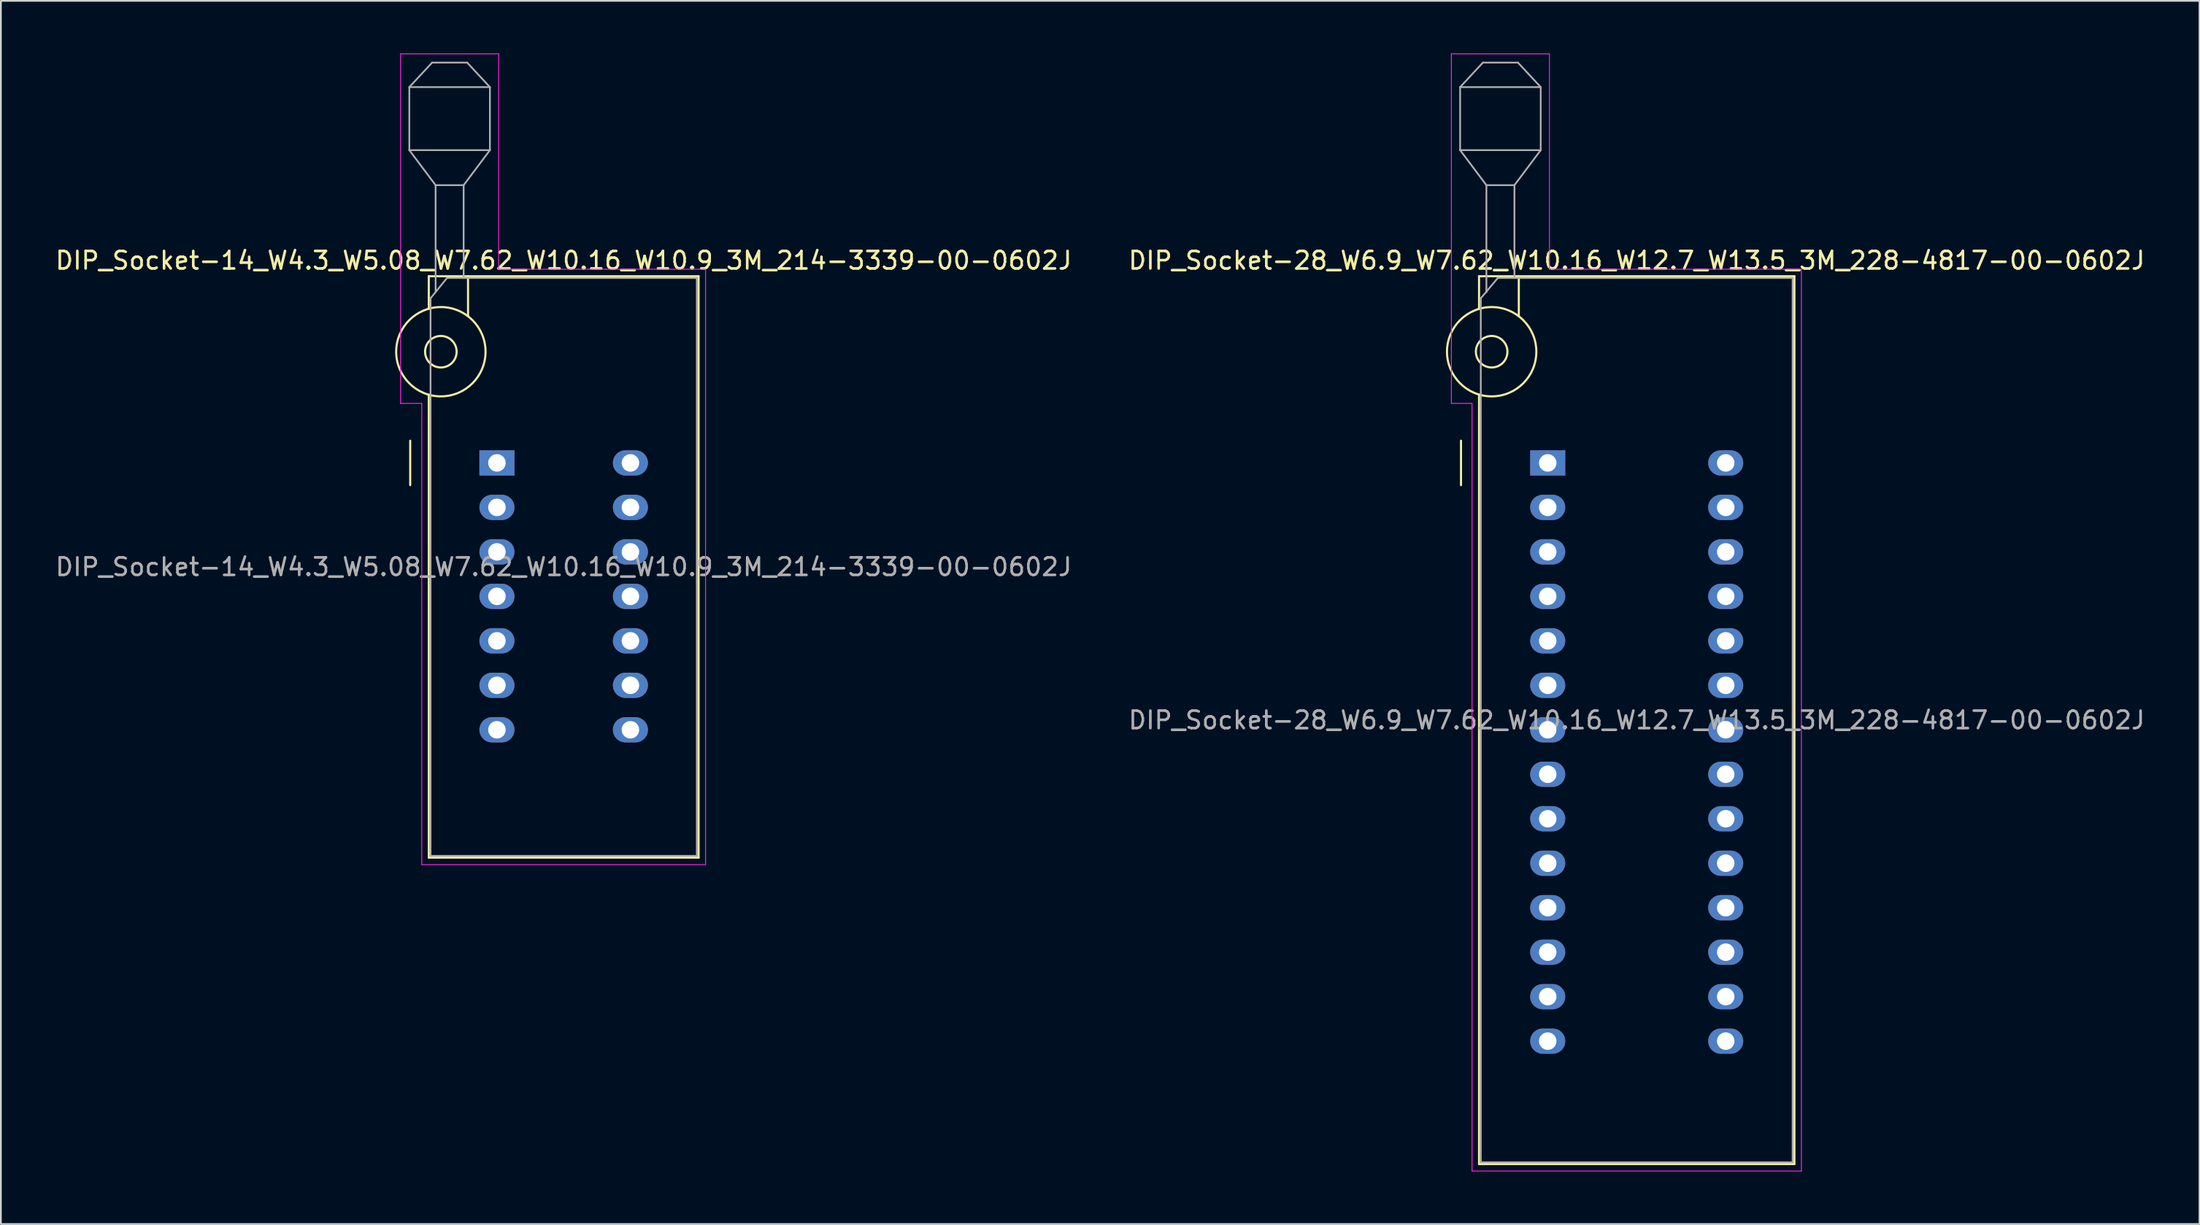
<source format=kicad_pcb>
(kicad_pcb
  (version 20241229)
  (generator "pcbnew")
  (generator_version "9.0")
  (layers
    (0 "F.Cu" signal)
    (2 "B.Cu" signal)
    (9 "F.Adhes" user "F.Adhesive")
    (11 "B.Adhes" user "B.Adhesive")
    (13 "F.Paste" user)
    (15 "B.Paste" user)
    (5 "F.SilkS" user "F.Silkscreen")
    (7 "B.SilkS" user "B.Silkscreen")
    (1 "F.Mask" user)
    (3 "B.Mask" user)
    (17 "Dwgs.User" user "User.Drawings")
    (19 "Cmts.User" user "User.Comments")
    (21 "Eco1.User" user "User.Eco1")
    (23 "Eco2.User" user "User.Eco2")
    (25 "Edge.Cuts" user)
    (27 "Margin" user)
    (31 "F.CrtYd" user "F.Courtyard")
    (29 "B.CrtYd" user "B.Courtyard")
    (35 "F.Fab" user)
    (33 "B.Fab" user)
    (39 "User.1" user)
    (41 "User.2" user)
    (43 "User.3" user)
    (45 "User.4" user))
  (footprint "DIP_Socket-28_W6.9_W7.62_W10.16_W12.7_W13.5_3M_228-4817-00-0602J"
    (layer "F.Cu")
    (at 85.295 23.385)
    (property "Reference" "DIP_Socket-28_W6.9_W7.62_W10.16_W12.7_W13.5_3M_228-4817-00-0602J" (at 5.08 -11.56 0) (layer "F.SilkS") (effects (font (size 1 1) (thickness 0.15))))
    (attr through_hole)
    (fp_line (start -4.95 1.27) (end -4.95 -1.27) (stroke (width 0.12) (type solid)) (layer "F.SilkS"))
    (fp_line (start -3.92 -10.66) (end -3.92 -8.8) (stroke (width 0.12) (type solid)) (layer "F.SilkS"))
    (fp_line (start -3.92 -3.9) (end -3.92 40.04) (stroke (width 0.12) (type solid)) (layer "F.SilkS"))
    (fp_line (start -3.92 40.04) (end 14.08 40.04) (stroke (width 0.12) (type solid)) (layer "F.SilkS"))
    (fp_line (start -1.65 -10.66) (end -1.65 -8.4) (stroke (width 0.12) (type solid)) (layer "F.SilkS"))
    (fp_line (start 14.08 -10.66) (end -3.92 -10.66) (stroke (width 0.12) (type solid)) (layer "F.SilkS"))
    (fp_line (start 14.08 40.04) (end 14.08 -10.66) (stroke (width 0.12) (type solid)) (layer "F.SilkS"))
    (fp_circle (center -3.2 -6.35) (end -2.3 -6.35) (stroke (width 0.12) (type solid)) (fill no) (layer "F.SilkS"))
    (fp_circle (center -3.2 -6.35) (end -0.65 -6.35) (stroke (width 0.12) (type solid)) (fill no) (layer "F.SilkS"))
    (fp_line (start -5.5 -23.36) (end 0.1 -23.36) (stroke (width 0.05) (type solid)) (layer "F.CrtYd"))
    (fp_line (start -5.5 -3.4) (end -5.5 -23.36) (stroke (width 0.05) (type solid)) (layer "F.CrtYd"))
    (fp_line (start -4.32 -3.4) (end -5.5 -3.4) (stroke (width 0.05) (type solid)) (layer "F.CrtYd"))
    (fp_line (start -4.32 40.44) (end -4.32 -3.4) (stroke (width 0.05) (type solid)) (layer "F.CrtYd"))
    (fp_line (start 0.1 -23.36) (end 0.1 -11.06) (stroke (width 0.05) (type solid)) (layer "F.CrtYd"))
    (fp_line (start 0.1 -11.06) (end 14.48 -11.06) (stroke (width 0.05) (type solid)) (layer "F.CrtYd"))
    (fp_line (start 14.48 -11.06) (end 14.48 40.44) (stroke (width 0.05) (type solid)) (layer "F.CrtYd"))
    (fp_line (start 14.48 40.44) (end -4.32 40.44) (stroke (width 0.05) (type solid)) (layer "F.CrtYd"))
    (fp_line (start -5 -21.46) (end -5 -17.86) (stroke (width 0.1) (type solid)) (layer "F.Fab"))
    (fp_line (start -5 -21.46) (end -3.7 -22.86) (stroke (width 0.1) (type solid)) (layer "F.Fab"))
    (fp_line (start -5 -17.86) (end -3.5 -15.86) (stroke (width 0.1) (type solid)) (layer "F.Fab"))
    (fp_line (start -5 -17.86) (end -0.4 -17.86) (stroke (width 0.1) (type solid)) (layer "F.Fab"))
    (fp_line (start -3.82 -9.4) (end -2.85 -10.56) (stroke (width 0.1) (type solid)) (layer "F.Fab"))
    (fp_line (start -3.82 39.94) (end -3.82 -9.4) (stroke (width 0.1) (type solid)) (layer "F.Fab"))
    (fp_line (start -3.7 -22.86) (end -1.7 -22.86) (stroke (width 0.1) (type solid)) (layer "F.Fab"))
    (fp_line (start -3.5 -15.86) (end -1.9 -15.86) (stroke (width 0.1) (type solid)) (layer "F.Fab"))
    (fp_line (start -3.5 -9.75) (end -3.5 -15.86) (stroke (width 0.1) (type solid)) (layer "F.Fab"))
    (fp_line (start -2.85 -10.56) (end 13.98 -10.56) (stroke (width 0.1) (type solid)) (layer "F.Fab"))
    (fp_line (start -1.9 -15.86) (end -1.9 -10.56) (stroke (width 0.1) (type solid)) (layer "F.Fab"))
    (fp_line (start -1.7 -22.86) (end -0.4 -21.46) (stroke (width 0.1) (type solid)) (layer "F.Fab"))
    (fp_line (start -0.4 -21.46) (end -5 -21.46) (stroke (width 0.1) (type solid)) (layer "F.Fab"))
    (fp_line (start -0.4 -17.86) (end -1.9 -15.86) (stroke (width 0.1) (type solid)) (layer "F.Fab"))
    (fp_line (start -0.4 -17.86) (end -0.4 -21.46) (stroke (width 0.1) (type solid)) (layer "F.Fab"))
    (fp_line (start 13.98 -10.56) (end 13.98 39.94) (stroke (width 0.1) (type solid)) (layer "F.Fab"))
    (fp_line (start 13.98 39.94) (end -3.82 39.94) (stroke (width 0.1) (type solid)) (layer "F.Fab"))
    (fp_text user "${REFERENCE}" (at 5.08 14.69 0) (layer "F.Fab") (effects (font (size 1 1) (thickness 0.15))))
    (pad "1" thru_hole rect (at 0 0) (size 2 1.44) (drill 1) (layers "*.Cu" "*.Mask"))
    (pad "2" thru_hole oval (at 0 2.54) (size 2 1.44) (drill 1) (layers "*.Cu" "*.Mask"))
    (pad "3" thru_hole oval (at 0 5.08) (size 2 1.44) (drill 1) (layers "*.Cu" "*.Mask"))
    (pad "4" thru_hole oval (at 0 7.62) (size 2 1.44) (drill 1) (layers "*.Cu" "*.Mask"))
    (pad "5" thru_hole oval (at 0 10.16) (size 2 1.44) (drill 1) (layers "*.Cu" "*.Mask"))
    (pad "6" thru_hole oval (at 0 12.7) (size 2 1.44) (drill 1) (layers "*.Cu" "*.Mask"))
    (pad "7" thru_hole oval (at 0 15.24) (size 2 1.44) (drill 1) (layers "*.Cu" "*.Mask"))
    (pad "8" thru_hole oval (at 0 17.78) (size 2 1.44) (drill 1) (layers "*.Cu" "*.Mask"))
    (pad "9" thru_hole oval (at 0 20.32) (size 2 1.44) (drill 1) (layers "*.Cu" "*.Mask"))
    (pad "10" thru_hole oval (at 0 22.86) (size 2 1.44) (drill 1) (layers "*.Cu" "*.Mask"))
    (pad "11" thru_hole oval (at 0 25.4) (size 2 1.44) (drill 1) (layers "*.Cu" "*.Mask"))
    (pad "12" thru_hole oval (at 0 27.94) (size 2 1.44) (drill 1) (layers "*.Cu" "*.Mask"))
    (pad "13" thru_hole oval (at 0 30.48) (size 2 1.44) (drill 1) (layers "*.Cu" "*.Mask"))
    (pad "14" thru_hole oval (at 0 33.02) (size 2 1.44) (drill 1) (layers "*.Cu" "*.Mask"))
    (pad "15" thru_hole oval (at 10.16 33.02) (size 2 1.44) (drill 1) (layers "*.Cu" "*.Mask"))
    (pad "16" thru_hole oval (at 10.16 30.48) (size 2 1.44) (drill 1) (layers "*.Cu" "*.Mask"))
    (pad "17" thru_hole oval (at 10.16 27.94) (size 2 1.44) (drill 1) (layers "*.Cu" "*.Mask"))
    (pad "18" thru_hole oval (at 10.16 25.4) (size 2 1.44) (drill 1) (layers "*.Cu" "*.Mask"))
    (pad "19" thru_hole oval (at 10.16 22.86) (size 2 1.44) (drill 1) (layers "*.Cu" "*.Mask"))
    (pad "20" thru_hole oval (at 10.16 20.32) (size 2 1.44) (drill 1) (layers "*.Cu" "*.Mask"))
    (pad "21" thru_hole oval (at 10.16 17.78) (size 2 1.44) (drill 1) (layers "*.Cu" "*.Mask"))
    (pad "22" thru_hole oval (at 10.16 15.24) (size 2 1.44) (drill 1) (layers "*.Cu" "*.Mask"))
    (pad "23" thru_hole oval (at 10.16 12.7) (size 2 1.44) (drill 1) (layers "*.Cu" "*.Mask"))
    (pad "24" thru_hole oval (at 10.16 10.16) (size 2 1.44) (drill 1) (layers "*.Cu" "*.Mask"))
    (pad "25" thru_hole oval (at 10.16 7.62) (size 2 1.44) (drill 1) (layers "*.Cu" "*.Mask"))
    (pad "26" thru_hole oval (at 10.16 5.08) (size 2 1.44) (drill 1) (layers "*.Cu" "*.Mask"))
    (pad "27" thru_hole oval (at 10.16 2.54) (size 2 1.44) (drill 1) (layers "*.Cu" "*.Mask"))
    (pad "28" thru_hole oval (at 10.16 0) (size 2 1.44) (drill 1) (layers "*.Cu" "*.Mask")))
  (footprint "DIP_Socket-14_W4.3_W5.08_W7.62_W10.16_W10.9_3M_214-3339-00-0602J"
    (layer "F.Cu")
    (at 25.315 23.385)
    (property "Reference" "DIP_Socket-14_W4.3_W5.08_W7.62_W10.16_W10.9_3M_214-3339-00-0602J" (at 3.81 -11.56 0) (layer "F.SilkS") (effects (font (size 1 1) (thickness 0.15))))
    (attr through_hole)
    (fp_line (start -4.95 1.27) (end -4.95 -1.27) (stroke (width 0.12) (type solid)) (layer "F.SilkS"))
    (fp_line (start -3.89 -10.66) (end -3.89 -8.8) (stroke (width 0.12) (type solid)) (layer "F.SilkS"))
    (fp_line (start -3.89 -3.9) (end -3.89 22.54) (stroke (width 0.12) (type solid)) (layer "F.SilkS"))
    (fp_line (start -3.89 22.54) (end 11.51 22.54) (stroke (width 0.12) (type solid)) (layer "F.SilkS"))
    (fp_line (start -1.65 -10.66) (end -1.65 -8.4) (stroke (width 0.12) (type solid)) (layer "F.SilkS"))
    (fp_line (start 11.51 -10.66) (end -3.89 -10.66) (stroke (width 0.12) (type solid)) (layer "F.SilkS"))
    (fp_line (start 11.51 22.54) (end 11.51 -10.66) (stroke (width 0.12) (type solid)) (layer "F.SilkS"))
    (fp_circle (center -3.2 -6.35) (end -2.3 -6.35) (stroke (width 0.12) (type solid)) (fill no) (layer "F.SilkS"))
    (fp_circle (center -3.2 -6.35) (end -0.65 -6.35) (stroke (width 0.12) (type solid)) (fill no) (layer "F.SilkS"))
    (fp_line (start -5.5 -23.36) (end 0.1 -23.36) (stroke (width 0.05) (type solid)) (layer "F.CrtYd"))
    (fp_line (start -5.5 -3.4) (end -5.5 -23.36) (stroke (width 0.05) (type solid)) (layer "F.CrtYd"))
    (fp_line (start -4.29 -3.4) (end -5.5 -3.4) (stroke (width 0.05) (type solid)) (layer "F.CrtYd"))
    (fp_line (start -4.29 22.94) (end -4.29 -3.4) (stroke (width 0.05) (type solid)) (layer "F.CrtYd"))
    (fp_line (start 0.1 -23.36) (end 0.1 -11.06) (stroke (width 0.05) (type solid)) (layer "F.CrtYd"))
    (fp_line (start 0.1 -11.06) (end 11.91 -11.06) (stroke (width 0.05) (type solid)) (layer "F.CrtYd"))
    (fp_line (start 11.91 -11.06) (end 11.91 22.94) (stroke (width 0.05) (type solid)) (layer "F.CrtYd"))
    (fp_line (start 11.91 22.94) (end -4.29 22.94) (stroke (width 0.05) (type solid)) (layer "F.CrtYd"))
    (fp_line (start -5 -21.46) (end -5 -17.86) (stroke (width 0.1) (type solid)) (layer "F.Fab"))
    (fp_line (start -5 -21.46) (end -3.7 -22.86) (stroke (width 0.1) (type solid)) (layer "F.Fab"))
    (fp_line (start -5 -17.86) (end -3.5 -15.86) (stroke (width 0.1) (type solid)) (layer "F.Fab"))
    (fp_line (start -5 -17.86) (end -0.4 -17.86) (stroke (width 0.1) (type solid)) (layer "F.Fab"))
    (fp_line (start -3.79 -9.4) (end -2.85 -10.56) (stroke (width 0.1) (type solid)) (layer "F.Fab"))
    (fp_line (start -3.79 22.44) (end -3.79 -9.4) (stroke (width 0.1) (type solid)) (layer "F.Fab"))
    (fp_line (start -3.7 -22.86) (end -1.7 -22.86) (stroke (width 0.1) (type solid)) (layer "F.Fab"))
    (fp_line (start -3.5 -15.86) (end -1.9 -15.86) (stroke (width 0.1) (type solid)) (layer "F.Fab"))
    (fp_line (start -3.5 -9.75) (end -3.5 -15.86) (stroke (width 0.1) (type solid)) (layer "F.Fab"))
    (fp_line (start -2.85 -10.56) (end 11.41 -10.56) (stroke (width 0.1) (type solid)) (layer "F.Fab"))
    (fp_line (start -1.9 -15.86) (end -1.9 -10.56) (stroke (width 0.1) (type solid)) (layer "F.Fab"))
    (fp_line (start -1.7 -22.86) (end -0.4 -21.46) (stroke (width 0.1) (type solid)) (layer "F.Fab"))
    (fp_line (start -0.4 -21.46) (end -5 -21.46) (stroke (width 0.1) (type solid)) (layer "F.Fab"))
    (fp_line (start -0.4 -17.86) (end -1.9 -15.86) (stroke (width 0.1) (type solid)) (layer "F.Fab"))
    (fp_line (start -0.4 -17.86) (end -0.4 -21.46) (stroke (width 0.1) (type solid)) (layer "F.Fab"))
    (fp_line (start 11.41 -10.56) (end 11.41 22.44) (stroke (width 0.1) (type solid)) (layer "F.Fab"))
    (fp_line (start 11.41 22.44) (end -3.79 22.44) (stroke (width 0.1) (type solid)) (layer "F.Fab"))
    (fp_text user "${REFERENCE}" (at 3.81 5.94 0) (layer "F.Fab") (effects (font (size 1 1) (thickness 0.15))))
    (pad "1" thru_hole rect (at 0 0) (size 2 1.44) (drill 1) (layers "*.Cu" "*.Mask"))
    (pad "2" thru_hole oval (at 0 2.54) (size 2 1.44) (drill 1) (layers "*.Cu" "*.Mask"))
    (pad "3" thru_hole oval (at 0 5.08) (size 2 1.44) (drill 1) (layers "*.Cu" "*.Mask"))
    (pad "4" thru_hole oval (at 0 7.62) (size 2 1.44) (drill 1) (layers "*.Cu" "*.Mask"))
    (pad "5" thru_hole oval (at 0 10.16) (size 2 1.44) (drill 1) (layers "*.Cu" "*.Mask"))
    (pad "6" thru_hole oval (at 0 12.7) (size 2 1.44) (drill 1) (layers "*.Cu" "*.Mask"))
    (pad "7" thru_hole oval (at 0 15.24) (size 2 1.44) (drill 1) (layers "*.Cu" "*.Mask"))
    (pad "8" thru_hole oval (at 7.62 15.24) (size 2 1.44) (drill 1) (layers "*.Cu" "*.Mask"))
    (pad "9" thru_hole oval (at 7.62 12.7) (size 2 1.44) (drill 1) (layers "*.Cu" "*.Mask"))
    (pad "10" thru_hole oval (at 7.62 10.16) (size 2 1.44) (drill 1) (layers "*.Cu" "*.Mask"))
    (pad "11" thru_hole oval (at 7.62 7.62) (size 2 1.44) (drill 1) (layers "*.Cu" "*.Mask"))
    (pad "12" thru_hole oval (at 7.62 5.08) (size 2 1.44) (drill 1) (layers "*.Cu" "*.Mask"))
    (pad "13" thru_hole oval (at 7.62 2.54) (size 2 1.44) (drill 1) (layers "*.Cu" "*.Mask"))
    (pad "14" thru_hole oval (at 7.62 0) (size 2 1.44) (drill 1) (layers "*.Cu" "*.Mask")))
  (gr_rect
    (start -3 -3)
    (end 122.5 66.85)
    (stroke (width 0.1) (type default))
    (fill no)
    (layer "Edge.Cuts")))
</source>
